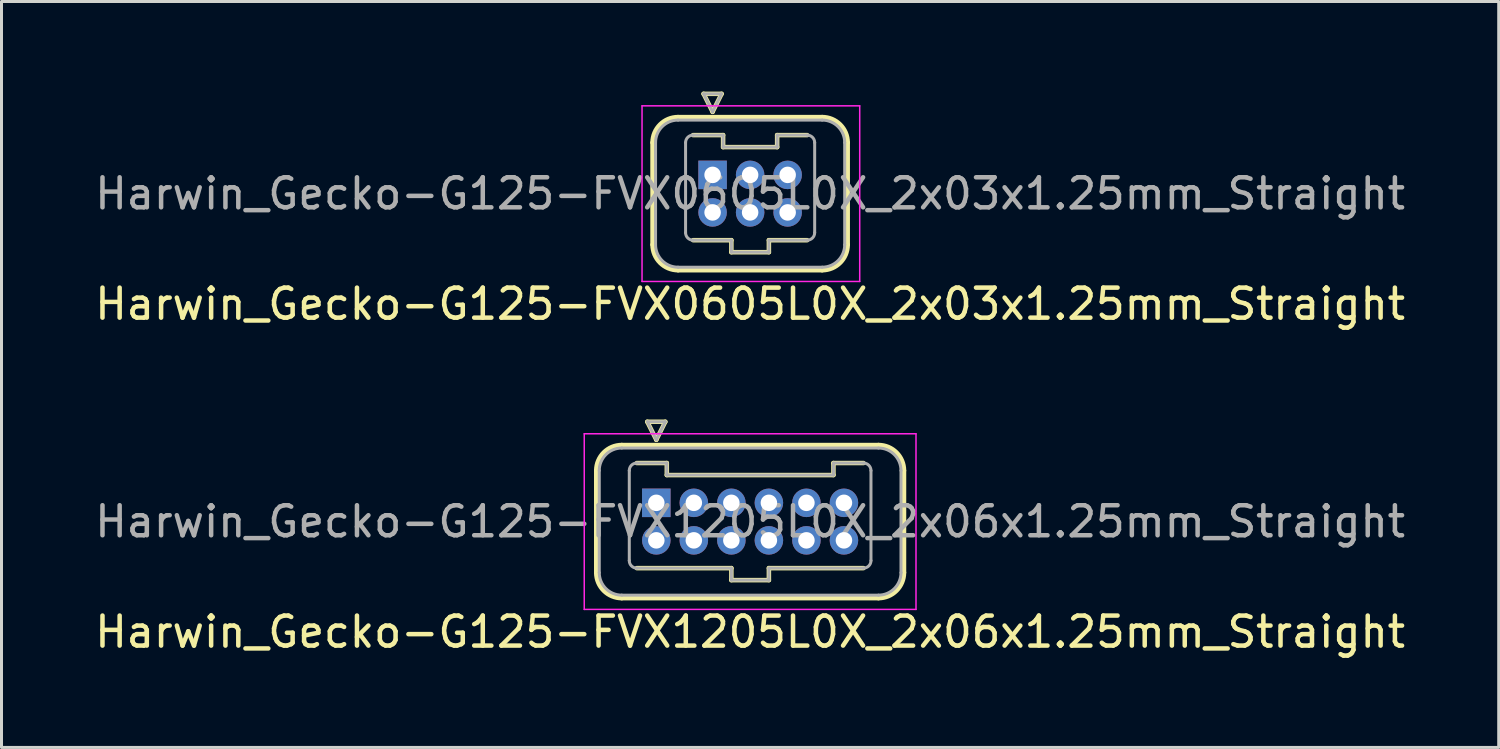
<source format=kicad_pcb>
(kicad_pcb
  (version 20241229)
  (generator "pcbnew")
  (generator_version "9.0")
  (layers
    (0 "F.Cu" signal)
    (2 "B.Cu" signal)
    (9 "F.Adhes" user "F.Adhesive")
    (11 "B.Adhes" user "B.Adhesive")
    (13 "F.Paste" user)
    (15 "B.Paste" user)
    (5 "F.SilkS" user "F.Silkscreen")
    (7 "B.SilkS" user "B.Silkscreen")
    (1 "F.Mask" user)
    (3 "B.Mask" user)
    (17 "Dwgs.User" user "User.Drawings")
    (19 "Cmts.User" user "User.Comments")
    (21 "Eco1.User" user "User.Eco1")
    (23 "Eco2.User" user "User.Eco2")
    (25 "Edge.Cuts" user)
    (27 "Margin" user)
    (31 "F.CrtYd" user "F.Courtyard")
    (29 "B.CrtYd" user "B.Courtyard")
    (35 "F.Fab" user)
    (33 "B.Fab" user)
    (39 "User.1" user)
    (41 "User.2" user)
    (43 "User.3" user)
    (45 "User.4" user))
  (footprint "Harwin_Gecko-G125-FVX1205L0X_2x06x1.25mm_Straight"
    (layer "F.Cu")
    (at 18.81 13.698)
    (property "Reference" "Harwin_Gecko-G125-FVX1205L0X_2x06x1.25mm_Straight" (at 3.125 4.3 0) (layer "F.SilkS") (effects (font (size 1 1) (thickness 0.15))))
    (attr through_hole)
    (fp_line (start -2 -1.075) (end -2 2.325) (stroke (width 0.15) (type solid)) (layer "F.SilkS"))
    (fp_line (start -1.15 -1.925) (end 7.4 -1.925) (stroke (width 0.15) (type solid)) (layer "F.SilkS"))
    (fp_line (start -1.15 3.175) (end 7.4 3.175) (stroke (width 0.15) (type solid)) (layer "F.SilkS"))
    (fp_line (start -0.65 -1.325) (end 0.35 -1.325) (stroke (width 0.15) (type solid)) (layer "F.SilkS"))
    (fp_line (start -0.65 2.175) (end 2.5 2.175) (stroke (width 0.15) (type solid)) (layer "F.SilkS"))
    (fp_line (start -0.3 -2.7) (end 0.3 -2.7) (stroke (width 0.15) (type solid)) (layer "F.SilkS"))
    (fp_line (start 0 -2.1) (end -0.3 -2.7) (stroke (width 0.15) (type solid)) (layer "F.SilkS"))
    (fp_line (start 0.3 -2.7) (end 0 -2.1) (stroke (width 0.15) (type solid)) (layer "F.SilkS"))
    (fp_line (start 0.35 -1.325) (end 0.35 -0.925) (stroke (width 0.15) (type solid)) (layer "F.SilkS"))
    (fp_line (start 0.35 -0.925) (end 5.9 -0.925) (stroke (width 0.15) (type solid)) (layer "F.SilkS"))
    (fp_line (start 2.5 2.175) (end 2.5 2.575) (stroke (width 0.15) (type solid)) (layer "F.SilkS"))
    (fp_line (start 2.5 2.575) (end 3.75 2.575) (stroke (width 0.15) (type solid)) (layer "F.SilkS"))
    (fp_line (start 3.75 2.175) (end 6.9 2.175) (stroke (width 0.15) (type solid)) (layer "F.SilkS"))
    (fp_line (start 3.75 2.575) (end 3.75 2.175) (stroke (width 0.15) (type solid)) (layer "F.SilkS"))
    (fp_line (start 5.9 -1.325) (end 6.9 -1.325) (stroke (width 0.15) (type solid)) (layer "F.SilkS"))
    (fp_line (start 5.9 -0.925) (end 5.9 -1.325) (stroke (width 0.15) (type solid)) (layer "F.SilkS"))
    (fp_line (start 8.25 -1.075) (end 8.25 2.325) (stroke (width 0.15) (type solid)) (layer "F.SilkS"))
    (fp_arc (start -2 -1.075) (mid -1.751041 -1.676041) (end -1.15 -1.925) (stroke (width 0.15) (type solid)) (layer "F.SilkS"))
    (fp_arc (start -1.15 3.175) (mid -1.751041 2.926041) (end -2 2.325) (stroke (width 0.15) (type solid)) (layer "F.SilkS"))
    (fp_arc (start 7.4 -1.925) (mid 8.001041 -1.676041) (end 8.25 -1.075) (stroke (width 0.15) (type solid)) (layer "F.SilkS"))
    (fp_arc (start 8.25 2.325) (mid 8.001041 2.926041) (end 7.4 3.175) (stroke (width 0.15) (type solid)) (layer "F.SilkS"))
    (fp_line (start -2.4 -2.3) (end -2.4 3.55) (stroke (width 0.05) (type solid)) (layer "F.CrtYd"))
    (fp_line (start -2.4 3.55) (end 8.65 3.55) (stroke (width 0.05) (type solid)) (layer "F.CrtYd"))
    (fp_line (start 8.65 -2.3) (end -2.4 -2.3) (stroke (width 0.05) (type solid)) (layer "F.CrtYd"))
    (fp_line (start 8.65 3.55) (end 8.65 -2.3) (stroke (width 0.05) (type solid)) (layer "F.CrtYd"))
    (fp_line (start -1.9 -1.075) (end -1.9 2.325) (stroke (width 0.1) (type solid)) (layer "F.Fab"))
    (fp_line (start -1.15 -1.825) (end 7.4 -1.825) (stroke (width 0.1) (type solid)) (layer "F.Fab"))
    (fp_line (start -1.15 3.075) (end 7.4 3.075) (stroke (width 0.1) (type solid)) (layer "F.Fab"))
    (fp_line (start -0.9 -1.075) (end -0.9 1.925) (stroke (width 0.1) (type solid)) (layer "F.Fab"))
    (fp_line (start -0.65 -1.325) (end 0.35 -1.325) (stroke (width 0.1) (type solid)) (layer "F.Fab"))
    (fp_line (start -0.65 2.175) (end 2.5 2.175) (stroke (width 0.1) (type solid)) (layer "F.Fab"))
    (fp_line (start -0.3 -2.7) (end 0.3 -2.7) (stroke (width 0.1) (type solid)) (layer "F.Fab"))
    (fp_line (start 0 -2.1) (end -0.3 -2.7) (stroke (width 0.1) (type solid)) (layer "F.Fab"))
    (fp_line (start 0.3 -2.7) (end 0 -2.1) (stroke (width 0.1) (type solid)) (layer "F.Fab"))
    (fp_line (start 0.35 -1.325) (end 0.35 -0.925) (stroke (width 0.1) (type solid)) (layer "F.Fab"))
    (fp_line (start 0.35 -0.925) (end 5.9 -0.925) (stroke (width 0.1) (type solid)) (layer "F.Fab"))
    (fp_line (start 2.5 2.175) (end 2.5 2.575) (stroke (width 0.1) (type solid)) (layer "F.Fab"))
    (fp_line (start 2.5 2.575) (end 3.75 2.575) (stroke (width 0.1) (type solid)) (layer "F.Fab"))
    (fp_line (start 3.75 2.175) (end 6.9 2.175) (stroke (width 0.1) (type solid)) (layer "F.Fab"))
    (fp_line (start 3.75 2.575) (end 3.75 2.175) (stroke (width 0.1) (type solid)) (layer "F.Fab"))
    (fp_line (start 5.9 -1.325) (end 6.9 -1.325) (stroke (width 0.1) (type solid)) (layer "F.Fab"))
    (fp_line (start 5.9 -0.925) (end 5.9 -1.325) (stroke (width 0.1) (type solid)) (layer "F.Fab"))
    (fp_line (start 7.15 -1.075) (end 7.15 1.925) (stroke (width 0.1) (type solid)) (layer "F.Fab"))
    (fp_line (start 8.15 -1.075) (end 8.15 2.325) (stroke (width 0.1) (type solid)) (layer "F.Fab"))
    (fp_arc (start -1.9 -1.075) (mid -1.68033 -1.60533) (end -1.15 -1.825) (stroke (width 0.1) (type solid)) (layer "F.Fab"))
    (fp_arc (start -1.15 3.075) (mid -1.68033 2.85533) (end -1.9 2.325) (stroke (width 0.1) (type solid)) (layer "F.Fab"))
    (fp_arc (start -0.9 -1.075) (mid -0.826777 -1.251777) (end -0.65 -1.325) (stroke (width 0.1) (type solid)) (layer "F.Fab"))
    (fp_arc (start -0.65 2.175) (mid -0.826777 2.101777) (end -0.9 1.925) (stroke (width 0.1) (type solid)) (layer "F.Fab"))
    (fp_arc (start 6.9 -1.325) (mid 7.076777 -1.251777) (end 7.15 -1.075) (stroke (width 0.1) (type solid)) (layer "F.Fab"))
    (fp_arc (start 7.15 1.925) (mid 7.076777 2.101777) (end 6.9 2.175) (stroke (width 0.1) (type solid)) (layer "F.Fab"))
    (fp_arc (start 7.4 -1.825) (mid 7.93033 -1.60533) (end 8.15 -1.075) (stroke (width 0.1) (type solid)) (layer "F.Fab"))
    (fp_arc (start 8.15 2.325) (mid 7.93033 2.85533) (end 7.4 3.075) (stroke (width 0.1) (type solid)) (layer "F.Fab"))
    (fp_text user "${REFERENCE}" (at 3.125 0.625 0) (layer "F.Fab") (effects (font (size 1 1) (thickness 0.15))))
    (pad "1" thru_hole rect (at 0 0) (size 0.95 0.95) (drill 0.55) (layers "*.Cu" "*.Mask"))
    (pad "2" thru_hole circle (at 1.25 0) (size 0.95 0.95) (drill 0.55) (layers "*.Cu" "*.Mask"))
    (pad "3" thru_hole circle (at 2.5 0) (size 0.95 0.95) (drill 0.55) (layers "*.Cu" "*.Mask"))
    (pad "4" thru_hole circle (at 3.75 0) (size 0.95 0.95) (drill 0.55) (layers "*.Cu" "*.Mask"))
    (pad "5" thru_hole circle (at 5 0) (size 0.95 0.95) (drill 0.55) (layers "*.Cu" "*.Mask"))
    (pad "6" thru_hole circle (at 6.25 0) (size 0.95 0.95) (drill 0.55) (layers "*.Cu" "*.Mask"))
    (pad "7" thru_hole circle (at 0 1.25) (size 0.95 0.95) (drill 0.55) (layers "*.Cu" "*.Mask"))
    (pad "8" thru_hole circle (at 1.25 1.25) (size 0.95 0.95) (drill 0.55) (layers "*.Cu" "*.Mask"))
    (pad "9" thru_hole circle (at 2.5 1.25) (size 0.95 0.95) (drill 0.55) (layers "*.Cu" "*.Mask"))
    (pad "10" thru_hole circle (at 3.75 1.25) (size 0.95 0.95) (drill 0.55) (layers "*.Cu" "*.Mask"))
    (pad "11" thru_hole circle (at 5 1.25) (size 0.95 0.95) (drill 0.55) (layers "*.Cu" "*.Mask"))
    (pad "12" thru_hole circle (at 6.25 1.25) (size 0.95 0.95) (drill 0.55) (layers "*.Cu" "*.Mask")))
  (footprint "Harwin_Gecko-G125-FVX0605L0X_2x03x1.25mm_Straight"
    (layer "F.Cu")
    (at 20.685 2.775)
    (property "Reference" "Harwin_Gecko-G125-FVX0605L0X_2x03x1.25mm_Straight" (at 1.25 4.3 0) (layer "F.SilkS") (effects (font (size 1 1) (thickness 0.15))))
    (attr through_hole)
    (fp_line (start -2 -1.075) (end -2 2.325) (stroke (width 0.15) (type solid)) (layer "F.SilkS"))
    (fp_line (start -1.15 -1.925) (end 3.65 -1.925) (stroke (width 0.15) (type solid)) (layer "F.SilkS"))
    (fp_line (start -1.15 3.175) (end 3.65 3.175) (stroke (width 0.15) (type solid)) (layer "F.SilkS"))
    (fp_line (start -0.65 -1.325) (end 0.35 -1.325) (stroke (width 0.15) (type solid)) (layer "F.SilkS"))
    (fp_line (start -0.65 2.175) (end 0.625 2.175) (stroke (width 0.15) (type solid)) (layer "F.SilkS"))
    (fp_line (start -0.3 -2.7) (end 0.3 -2.7) (stroke (width 0.15) (type solid)) (layer "F.SilkS"))
    (fp_line (start 0 -2.1) (end -0.3 -2.7) (stroke (width 0.15) (type solid)) (layer "F.SilkS"))
    (fp_line (start 0.3 -2.7) (end 0 -2.1) (stroke (width 0.15) (type solid)) (layer "F.SilkS"))
    (fp_line (start 0.35 -1.325) (end 0.35 -0.925) (stroke (width 0.15) (type solid)) (layer "F.SilkS"))
    (fp_line (start 0.35 -0.925) (end 2.15 -0.925) (stroke (width 0.15) (type solid)) (layer "F.SilkS"))
    (fp_line (start 0.625 2.175) (end 0.625 2.575) (stroke (width 0.15) (type solid)) (layer "F.SilkS"))
    (fp_line (start 0.625 2.575) (end 1.875 2.575) (stroke (width 0.15) (type solid)) (layer "F.SilkS"))
    (fp_line (start 1.875 2.175) (end 3.15 2.175) (stroke (width 0.15) (type solid)) (layer "F.SilkS"))
    (fp_line (start 1.875 2.575) (end 1.875 2.175) (stroke (width 0.15) (type solid)) (layer "F.SilkS"))
    (fp_line (start 2.15 -1.325) (end 3.15 -1.325) (stroke (width 0.15) (type solid)) (layer "F.SilkS"))
    (fp_line (start 2.15 -0.925) (end 2.15 -1.325) (stroke (width 0.15) (type solid)) (layer "F.SilkS"))
    (fp_line (start 4.5 -1.075) (end 4.5 2.325) (stroke (width 0.15) (type solid)) (layer "F.SilkS"))
    (fp_arc (start -2 -1.075) (mid -1.751041 -1.676041) (end -1.15 -1.925) (stroke (width 0.15) (type solid)) (layer "F.SilkS"))
    (fp_arc (start -1.15 3.175) (mid -1.751041 2.926041) (end -2 2.325) (stroke (width 0.15) (type solid)) (layer "F.SilkS"))
    (fp_arc (start 3.65 -1.925) (mid 4.251041 -1.676041) (end 4.5 -1.075) (stroke (width 0.15) (type solid)) (layer "F.SilkS"))
    (fp_arc (start 4.5 2.325) (mid 4.251041 2.926041) (end 3.65 3.175) (stroke (width 0.15) (type solid)) (layer "F.SilkS"))
    (fp_line (start -2.35 -2.3) (end -2.35 3.55) (stroke (width 0.05) (type solid)) (layer "F.CrtYd"))
    (fp_line (start -2.35 3.55) (end 4.9 3.55) (stroke (width 0.05) (type solid)) (layer "F.CrtYd"))
    (fp_line (start 4.9 -2.3) (end -2.35 -2.3) (stroke (width 0.05) (type solid)) (layer "F.CrtYd"))
    (fp_line (start 4.9 3.55) (end 4.9 -2.3) (stroke (width 0.05) (type solid)) (layer "F.CrtYd"))
    (fp_line (start -1.9 -1.075) (end -1.9 2.325) (stroke (width 0.1) (type solid)) (layer "F.Fab"))
    (fp_line (start -1.15 -1.825) (end 3.65 -1.825) (stroke (width 0.1) (type solid)) (layer "F.Fab"))
    (fp_line (start -1.15 3.075) (end 3.65 3.075) (stroke (width 0.1) (type solid)) (layer "F.Fab"))
    (fp_line (start -0.9 -1.075) (end -0.9 1.925) (stroke (width 0.1) (type solid)) (layer "F.Fab"))
    (fp_line (start -0.65 -1.325) (end 0.35 -1.325) (stroke (width 0.1) (type solid)) (layer "F.Fab"))
    (fp_line (start -0.65 2.175) (end 0.625 2.175) (stroke (width 0.1) (type solid)) (layer "F.Fab"))
    (fp_line (start -0.3 -2.7) (end 0.3 -2.7) (stroke (width 0.1) (type solid)) (layer "F.Fab"))
    (fp_line (start 0 -2.1) (end -0.3 -2.7) (stroke (width 0.1) (type solid)) (layer "F.Fab"))
    (fp_line (start 0.3 -2.7) (end 0 -2.1) (stroke (width 0.1) (type solid)) (layer "F.Fab"))
    (fp_line (start 0.35 -1.325) (end 0.35 -0.925) (stroke (width 0.1) (type solid)) (layer "F.Fab"))
    (fp_line (start 0.35 -0.925) (end 2.15 -0.925) (stroke (width 0.1) (type solid)) (layer "F.Fab"))
    (fp_line (start 0.625 2.175) (end 0.625 2.575) (stroke (width 0.1) (type solid)) (layer "F.Fab"))
    (fp_line (start 0.625 2.575) (end 1.875 2.575) (stroke (width 0.1) (type solid)) (layer "F.Fab"))
    (fp_line (start 1.875 2.175) (end 3.15 2.175) (stroke (width 0.1) (type solid)) (layer "F.Fab"))
    (fp_line (start 1.875 2.575) (end 1.875 2.175) (stroke (width 0.1) (type solid)) (layer "F.Fab"))
    (fp_line (start 2.15 -1.325) (end 3.15 -1.325) (stroke (width 0.1) (type solid)) (layer "F.Fab"))
    (fp_line (start 2.15 -0.925) (end 2.15 -1.325) (stroke (width 0.1) (type solid)) (layer "F.Fab"))
    (fp_line (start 3.4 -1.075) (end 3.4 1.925) (stroke (width 0.1) (type solid)) (layer "F.Fab"))
    (fp_line (start 4.4 -1.075) (end 4.4 2.325) (stroke (width 0.1) (type solid)) (layer "F.Fab"))
    (fp_arc (start -1.9 -1.075) (mid -1.68033 -1.60533) (end -1.15 -1.825) (stroke (width 0.1) (type solid)) (layer "F.Fab"))
    (fp_arc (start -1.15 3.075) (mid -1.68033 2.85533) (end -1.9 2.325) (stroke (width 0.1) (type solid)) (layer "F.Fab"))
    (fp_arc (start -0.9 -1.075) (mid -0.826777 -1.251777) (end -0.65 -1.325) (stroke (width 0.1) (type solid)) (layer "F.Fab"))
    (fp_arc (start -0.65 2.175) (mid -0.826777 2.101777) (end -0.9 1.925) (stroke (width 0.1) (type solid)) (layer "F.Fab"))
    (fp_arc (start 3.15 -1.325) (mid 3.326777 -1.251777) (end 3.4 -1.075) (stroke (width 0.1) (type solid)) (layer "F.Fab"))
    (fp_arc (start 3.4 1.925) (mid 3.326777 2.101777) (end 3.15 2.175) (stroke (width 0.1) (type solid)) (layer "F.Fab"))
    (fp_arc (start 3.65 -1.825) (mid 4.18033 -1.60533) (end 4.4 -1.075) (stroke (width 0.1) (type solid)) (layer "F.Fab"))
    (fp_arc (start 4.4 2.325) (mid 4.18033 2.85533) (end 3.65 3.075) (stroke (width 0.1) (type solid)) (layer "F.Fab"))
    (fp_text user "${REFERENCE}" (at 1.25 0.625 0) (layer "F.Fab") (effects (font (size 1 1) (thickness 0.15))))
    (pad "1" thru_hole rect (at 0 0) (size 0.95 0.95) (drill 0.55) (layers "*.Cu" "*.Mask"))
    (pad "2" thru_hole circle (at 1.25 0) (size 0.95 0.95) (drill 0.55) (layers "*.Cu" "*.Mask"))
    (pad "3" thru_hole circle (at 2.5 0) (size 0.95 0.95) (drill 0.55) (layers "*.Cu" "*.Mask"))
    (pad "4" thru_hole circle (at 0 1.25) (size 0.95 0.95) (drill 0.55) (layers "*.Cu" "*.Mask"))
    (pad "5" thru_hole circle (at 1.25 1.25) (size 0.95 0.95) (drill 0.55) (layers "*.Cu" "*.Mask"))
    (pad "6" thru_hole circle (at 2.5 1.25) (size 0.95 0.95) (drill 0.55) (layers "*.Cu" "*.Mask")))
  (gr_rect
    (start -3 -3)
    (end 46.869 21.846)
    (stroke (width 0.1) (type default))
    (fill no)
    (layer "Edge.Cuts")))
</source>
